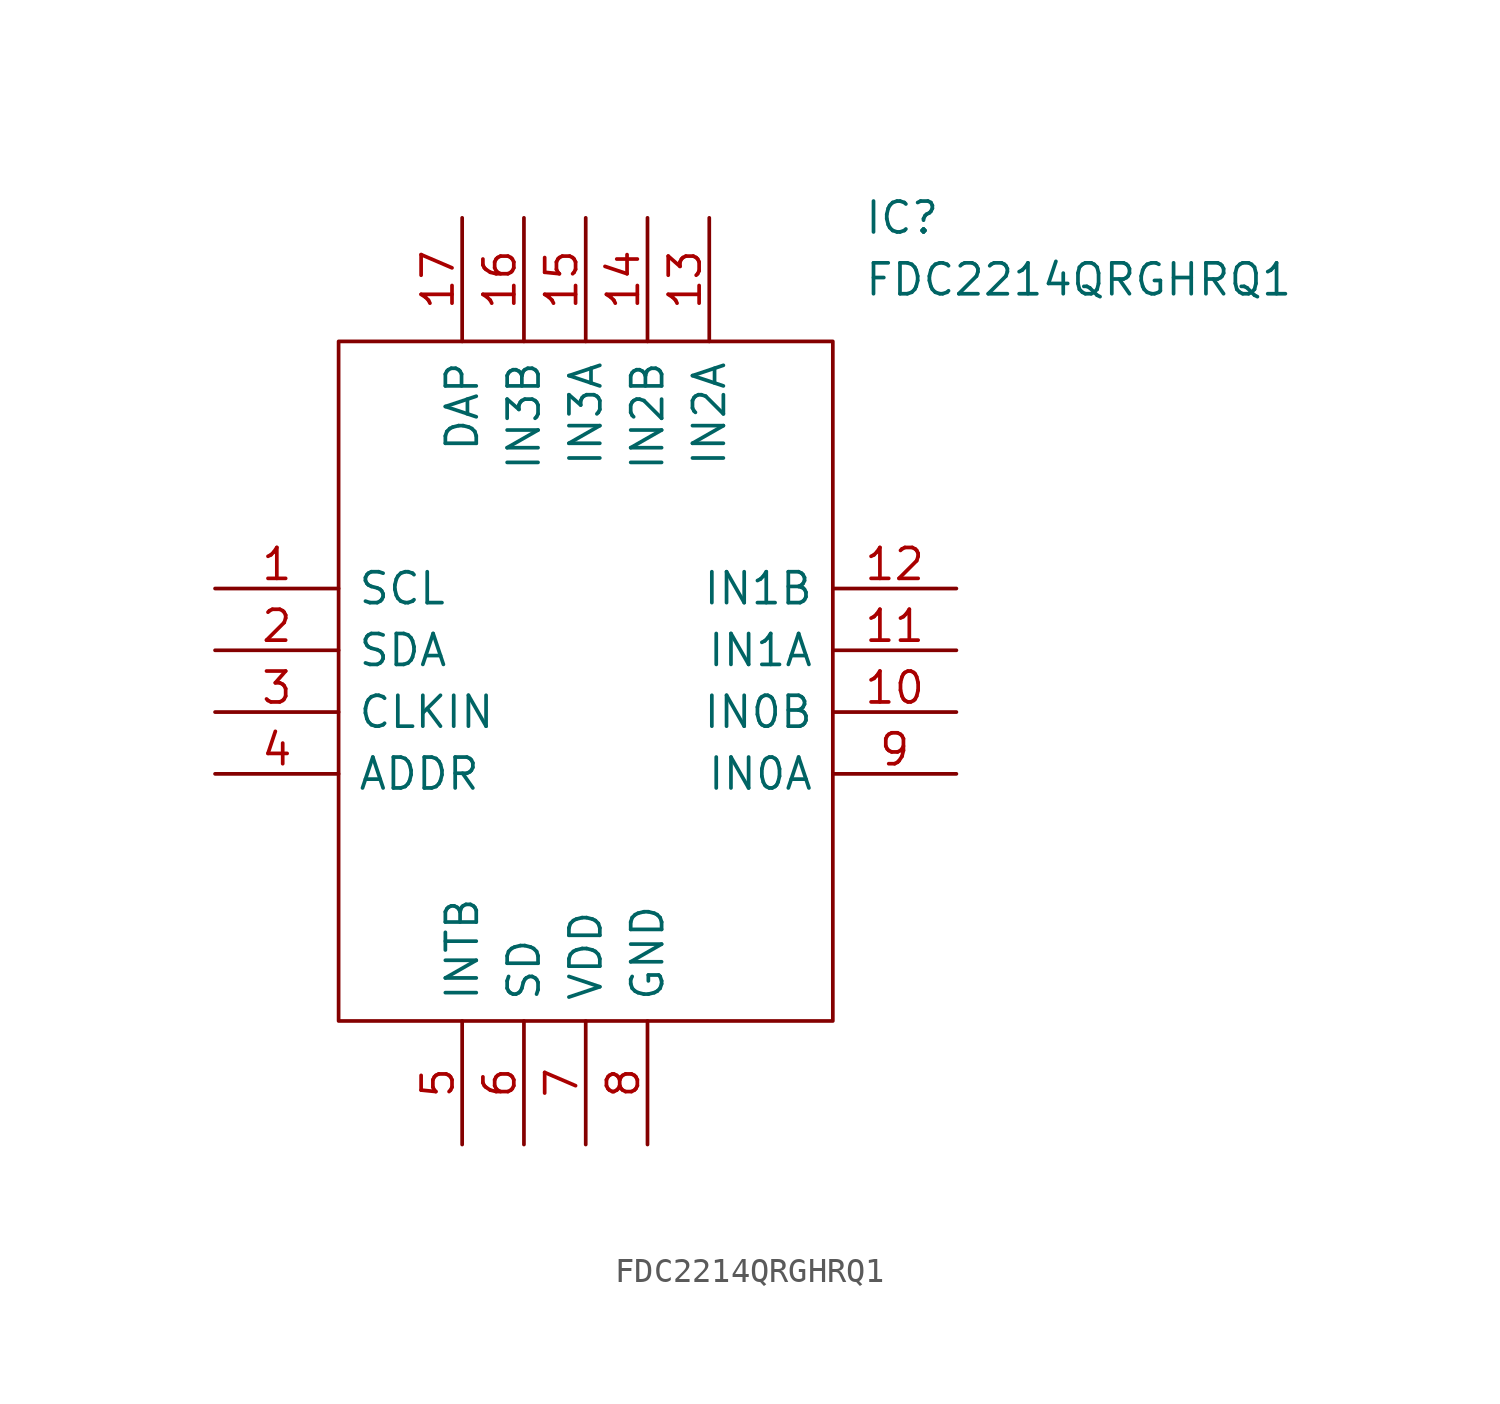
<source format=kicad_sym>
(kicad_symbol_lib
  (version 20211014)
  (generator kicad_symbol_editor)
  (symbol "FDC2214QRGHRQ1"
    (pin_names
      (offset 0.762))
    (property "Reference" "IC"
      (at 26.67 15.24 0)
      (effects (font (size 1.27 1.27)) (justify left)))
    (property "Value" "FDC2214QRGHRQ1"
      (at 26.67 12.7 0)
      (effects (font (size 1.27 1.27)) (justify left)))
    (symbol "FDC2214QRGHRQ1_0_0"
      (pin passive line (at 0 0 0) (length 5.08) (name "SCL" (effects (font (size 1.27 1.27)))) (number "1" (effects (font (size 1.27 1.27)))))
      (pin passive line (at 30.48 -5.08 180) (length 5.08) (name "IN0B" (effects (font (size 1.27 1.27)))) (number "10" (effects (font (size 1.27 1.27)))))
      (pin passive line (at 30.48 -2.54 180) (length 5.08) (name "IN1A" (effects (font (size 1.27 1.27)))) (number "11" (effects (font (size 1.27 1.27)))))
      (pin passive line (at 30.48 0 180) (length 5.08) (name "IN1B" (effects (font (size 1.27 1.27)))) (number "12" (effects (font (size 1.27 1.27)))))
      (pin passive line (at 20.32 15.24 270) (length 5.08) (name "IN2A" (effects (font (size 1.27 1.27)))) (number "13" (effects (font (size 1.27 1.27)))))
      (pin passive line (at 17.78 15.24 270) (length 5.08) (name "IN2B" (effects (font (size 1.27 1.27)))) (number "14" (effects (font (size 1.27 1.27)))))
      (pin passive line (at 15.24 15.24 270) (length 5.08) (name "IN3A" (effects (font (size 1.27 1.27)))) (number "15" (effects (font (size 1.27 1.27)))))
      (pin passive line (at 12.7 15.24 270) (length 5.08) (name "IN3B" (effects (font (size 1.27 1.27)))) (number "16" (effects (font (size 1.27 1.27)))))
      (pin passive line (at 10.16 15.24 270) (length 5.08) (name "DAP" (effects (font (size 1.27 1.27)))) (number "17" (effects (font (size 1.27 1.27)))))
      (pin passive line (at 0 -2.54 0) (length 5.08) (name "SDA" (effects (font (size 1.27 1.27)))) (number "2" (effects (font (size 1.27 1.27)))))
      (pin passive line (at 0 -5.08 0) (length 5.08) (name "CLKIN" (effects (font (size 1.27 1.27)))) (number "3" (effects (font (size 1.27 1.27)))))
      (pin passive line (at 0 -7.62 0) (length 5.08) (name "ADDR" (effects (font (size 1.27 1.27)))) (number "4" (effects (font (size 1.27 1.27)))))
      (pin passive line (at 10.16 -22.86 90) (length 5.08) (name "INTB" (effects (font (size 1.27 1.27)))) (number "5" (effects (font (size 1.27 1.27)))))
      (pin passive line (at 12.7 -22.86 90) (length 5.08) (name "SD" (effects (font (size 1.27 1.27)))) (number "6" (effects (font (size 1.27 1.27)))))
      (pin passive line (at 15.24 -22.86 90) (length 5.08) (name "VDD" (effects (font (size 1.27 1.27)))) (number "7" (effects (font (size 1.27 1.27)))))
      (pin passive line (at 17.78 -22.86 90) (length 5.08) (name "GND" (effects (font (size 1.27 1.27)))) (number "8" (effects (font (size 1.27 1.27)))))
      (pin passive line (at 30.48 -7.62 180) (length 5.08) (name "IN0A" (effects (font (size 1.27 1.27)))) (number "9" (effects (font (size 1.27 1.27))))))
    (symbol "FDC2214QRGHRQ1_0_1"
      (polyline (pts (xy 5.08 10.16) (xy 25.4 10.16) (xy 25.4 -17.78) (xy 5.08 -17.78) (xy 5.08 10.16)) (stroke (width 0.152) (type default) (color 0 0 0 0)) (fill (type none))))))
</source>
